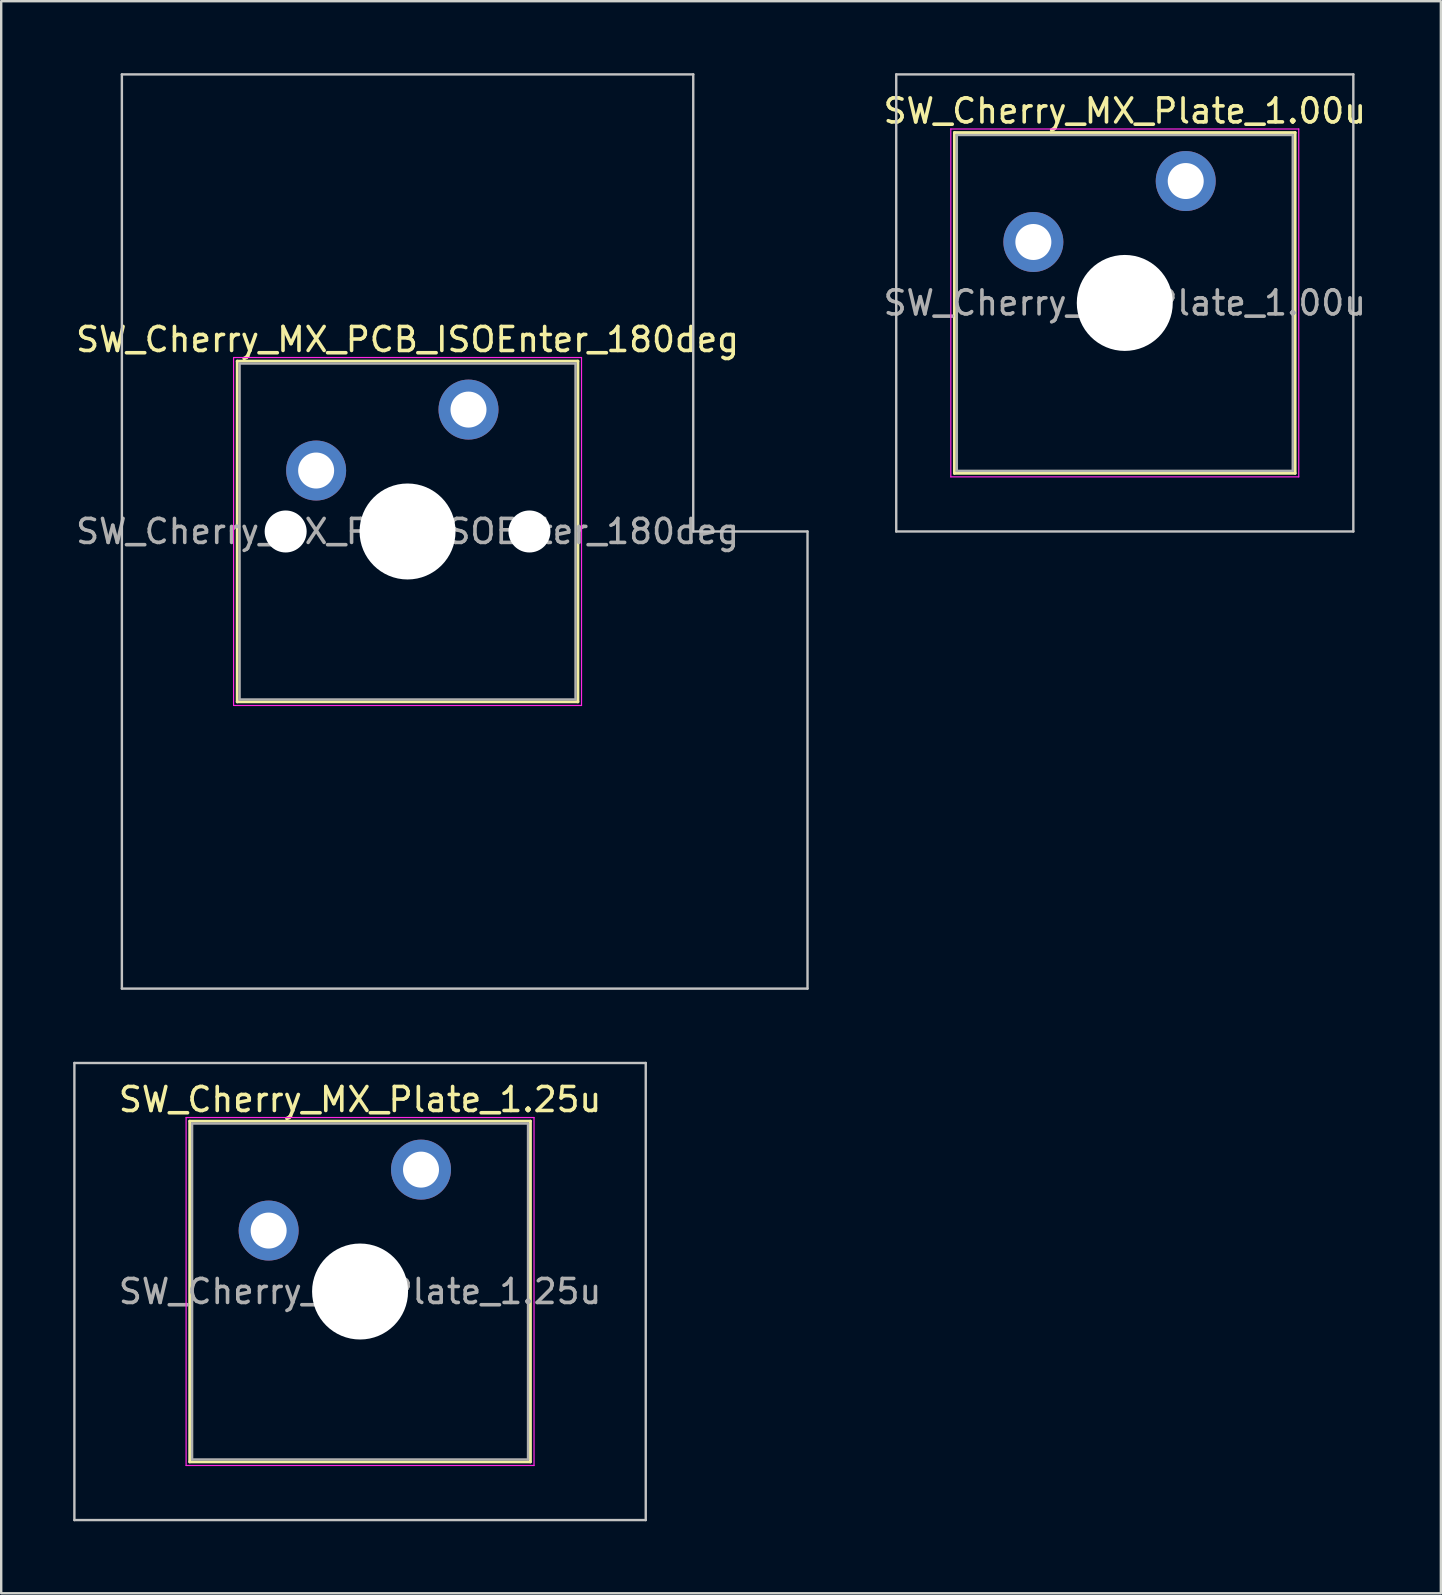
<source format=kicad_pcb>
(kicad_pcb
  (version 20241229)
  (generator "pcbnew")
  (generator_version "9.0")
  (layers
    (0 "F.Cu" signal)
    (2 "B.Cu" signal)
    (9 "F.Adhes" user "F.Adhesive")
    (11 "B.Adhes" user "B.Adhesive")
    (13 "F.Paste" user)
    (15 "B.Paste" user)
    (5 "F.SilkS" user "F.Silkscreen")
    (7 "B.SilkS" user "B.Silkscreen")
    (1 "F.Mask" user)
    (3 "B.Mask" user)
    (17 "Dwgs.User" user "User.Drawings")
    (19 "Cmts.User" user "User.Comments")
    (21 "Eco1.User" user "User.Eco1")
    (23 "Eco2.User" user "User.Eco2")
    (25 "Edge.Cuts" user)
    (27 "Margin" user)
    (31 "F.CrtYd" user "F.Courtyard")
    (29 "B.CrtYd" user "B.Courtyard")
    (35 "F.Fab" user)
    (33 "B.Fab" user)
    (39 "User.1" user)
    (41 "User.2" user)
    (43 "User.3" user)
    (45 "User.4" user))
  (footprint "SW_Cherry_MX_Plate_1.00u"
    (layer "F.Cu")
    (at 43.826 9.575)
    (property "Reference" "SW_Cherry_MX_Plate_1.00u" (at 0 -8 0) (layer "F.SilkS") (effects (font (size 1 1) (thickness 0.15))))
    (attr through_hole)
    (fp_line (start -7.1 -7.1) (end -7.1 7.1) (stroke (width 0.12) (type solid)) (layer "F.SilkS"))
    (fp_line (start -7.1 7.1) (end 7.1 7.1) (stroke (width 0.12) (type solid)) (layer "F.SilkS"))
    (fp_line (start 7.1 -7.1) (end -7.1 -7.1) (stroke (width 0.12) (type solid)) (layer "F.SilkS"))
    (fp_line (start 7.1 7.1) (end 7.1 -7.1) (stroke (width 0.12) (type solid)) (layer "F.SilkS"))
    (fp_line (start -9.525 -9.525) (end -9.525 9.525) (stroke (width 0.1) (type solid)) (layer "Dwgs.User"))
    (fp_line (start -9.525 9.525) (end 9.525 9.525) (stroke (width 0.1) (type solid)) (layer "Dwgs.User"))
    (fp_line (start 9.525 -9.525) (end -9.525 -9.525) (stroke (width 0.1) (type solid)) (layer "Dwgs.User"))
    (fp_line (start 9.525 9.525) (end 9.525 -9.525) (stroke (width 0.1) (type solid)) (layer "Dwgs.User"))
    (fp_line (start -7 -7) (end -7 7) (stroke (width 0.1) (type solid)) (layer "Eco1.User"))
    (fp_line (start -7 7) (end 7 7) (stroke (width 0.1) (type solid)) (layer "Eco1.User"))
    (fp_line (start 7 -7) (end -7 -7) (stroke (width 0.1) (type solid)) (layer "Eco1.User"))
    (fp_line (start 7 7) (end 7 -7) (stroke (width 0.1) (type solid)) (layer "Eco1.User"))
    (fp_line (start -7.25 -7.25) (end -7.25 7.25) (stroke (width 0.05) (type solid)) (layer "F.CrtYd"))
    (fp_line (start -7.25 7.25) (end 7.25 7.25) (stroke (width 0.05) (type solid)) (layer "F.CrtYd"))
    (fp_line (start 7.25 -7.25) (end -7.25 -7.25) (stroke (width 0.05) (type solid)) (layer "F.CrtYd"))
    (fp_line (start 7.25 7.25) (end 7.25 -7.25) (stroke (width 0.05) (type solid)) (layer "F.CrtYd"))
    (fp_line (start -7 -7) (end -7 7) (stroke (width 0.1) (type solid)) (layer "F.Fab"))
    (fp_line (start -7 7) (end 7 7) (stroke (width 0.1) (type solid)) (layer "F.Fab"))
    (fp_line (start 7 -7) (end -7 -7) (stroke (width 0.1) (type solid)) (layer "F.Fab"))
    (fp_line (start 7 7) (end 7 -7) (stroke (width 0.1) (type solid)) (layer "F.Fab"))
    (fp_text user "${REFERENCE}" (at 0 0 0) (layer "F.Fab") (effects (font (size 1 1) (thickness 0.15))))
    (pad "" smd circle (at -3.81 -2.54) (size 1.55 1.55) (layers "F.Mask"))
    (pad "" np_thru_hole circle (at 0 0) (size 4 4) (drill 4) (layers "*.Cu" "*.Mask"))
    (pad "" smd circle (at 2.54 -5.08) (size 1.55 1.55) (layers "F.Mask"))
    (pad "1" thru_hole circle (at -3.81 -2.54) (size 2.5 2.5) (drill 1.5) (layers "*.Cu" "B.Mask"))
    (pad "2" thru_hole circle (at 2.54 -5.08) (size 2.5 2.5) (drill 1.5) (layers "*.Cu" "B.Mask")))
  (footprint "SW_Cherry_MX_Plate_1.25u"
    (layer "F.Cu")
    (at 11.956 50.775)
    (property "Reference" "SW_Cherry_MX_Plate_1.25u" (at 0 -8 0) (layer "F.SilkS") (effects (font (size 1 1) (thickness 0.15))))
    (attr through_hole)
    (fp_line (start -7.1 -7.1) (end -7.1 7.1) (stroke (width 0.12) (type solid)) (layer "F.SilkS"))
    (fp_line (start -7.1 7.1) (end 7.1 7.1) (stroke (width 0.12) (type solid)) (layer "F.SilkS"))
    (fp_line (start 7.1 -7.1) (end -7.1 -7.1) (stroke (width 0.12) (type solid)) (layer "F.SilkS"))
    (fp_line (start 7.1 7.1) (end 7.1 -7.1) (stroke (width 0.12) (type solid)) (layer "F.SilkS"))
    (fp_line (start -11.906 -9.525) (end -11.906 9.525) (stroke (width 0.1) (type solid)) (layer "Dwgs.User"))
    (fp_line (start -11.906 9.525) (end 11.906 9.525) (stroke (width 0.1) (type solid)) (layer "Dwgs.User"))
    (fp_line (start 11.906 -9.525) (end -11.906 -9.525) (stroke (width 0.1) (type solid)) (layer "Dwgs.User"))
    (fp_line (start 11.906 9.525) (end 11.906 -9.525) (stroke (width 0.1) (type solid)) (layer "Dwgs.User"))
    (fp_line (start -7 -7) (end -7 7) (stroke (width 0.1) (type solid)) (layer "Eco1.User"))
    (fp_line (start -7 7) (end 7 7) (stroke (width 0.1) (type solid)) (layer "Eco1.User"))
    (fp_line (start 7 -7) (end -7 -7) (stroke (width 0.1) (type solid)) (layer "Eco1.User"))
    (fp_line (start 7 7) (end 7 -7) (stroke (width 0.1) (type solid)) (layer "Eco1.User"))
    (fp_line (start -7.25 -7.25) (end -7.25 7.25) (stroke (width 0.05) (type solid)) (layer "F.CrtYd"))
    (fp_line (start -7.25 7.25) (end 7.25 7.25) (stroke (width 0.05) (type solid)) (layer "F.CrtYd"))
    (fp_line (start 7.25 -7.25) (end -7.25 -7.25) (stroke (width 0.05) (type solid)) (layer "F.CrtYd"))
    (fp_line (start 7.25 7.25) (end 7.25 -7.25) (stroke (width 0.05) (type solid)) (layer "F.CrtYd"))
    (fp_line (start -7 -7) (end -7 7) (stroke (width 0.1) (type solid)) (layer "F.Fab"))
    (fp_line (start -7 7) (end 7 7) (stroke (width 0.1) (type solid)) (layer "F.Fab"))
    (fp_line (start 7 -7) (end -7 -7) (stroke (width 0.1) (type solid)) (layer "F.Fab"))
    (fp_line (start 7 7) (end 7 -7) (stroke (width 0.1) (type solid)) (layer "F.Fab"))
    (fp_text user "${REFERENCE}" (at 0 0 0) (layer "F.Fab") (effects (font (size 1 1) (thickness 0.15))))
    (pad "" smd circle (at -3.81 -2.54) (size 1.55 1.55) (layers "F.Mask"))
    (pad "" np_thru_hole circle (at 0 0) (size 4 4) (drill 4) (layers "*.Cu" "*.Mask"))
    (pad "" smd circle (at 2.54 -5.08) (size 1.55 1.55) (layers "F.Mask"))
    (pad "1" thru_hole circle (at -3.81 -2.54) (size 2.5 2.5) (drill 1.5) (layers "*.Cu" "B.Mask"))
    (pad "2" thru_hole circle (at 2.54 -5.08) (size 2.5 2.5) (drill 1.5) (layers "*.Cu" "B.Mask")))
  (footprint "SW_Cherry_MX_PCB_ISOEnter_180deg"
    (layer "F.Cu")
    (at 13.935 19.1)
    (property "Reference" "SW_Cherry_MX_PCB_ISOEnter_180deg" (at 0 -8 0) (layer "F.SilkS") (effects (font (size 1 1) (thickness 0.15))))
    (attr through_hole)
    (fp_line (start -7.1 -7.1) (end -7.1 7.1) (stroke (width 0.12) (type solid)) (layer "F.SilkS"))
    (fp_line (start -7.1 7.1) (end 7.1 7.1) (stroke (width 0.12) (type solid)) (layer "F.SilkS"))
    (fp_line (start 7.1 -7.1) (end -7.1 -7.1) (stroke (width 0.12) (type solid)) (layer "F.SilkS"))
    (fp_line (start 7.1 7.1) (end 7.1 -7.1) (stroke (width 0.12) (type solid)) (layer "F.SilkS"))
    (fp_line (start -11.906 -19.05) (end -11.906 19.05) (stroke (width 0.1) (type solid)) (layer "Dwgs.User"))
    (fp_line (start -11.906 19.05) (end 16.669 19.05) (stroke (width 0.1) (type solid)) (layer "Dwgs.User"))
    (fp_line (start 11.906 -19.05) (end -11.906 -19.05) (stroke (width 0.1) (type solid)) (layer "Dwgs.User"))
    (fp_line (start 11.906 0) (end 11.906 -19.05) (stroke (width 0.1) (type solid)) (layer "Dwgs.User"))
    (fp_line (start 16.669 0) (end 11.906 0) (stroke (width 0.1) (type solid)) (layer "Dwgs.User"))
    (fp_line (start 16.669 19.05) (end 16.669 0) (stroke (width 0.1) (type solid)) (layer "Dwgs.User"))
    (fp_line (start -7 -7) (end -7 7) (stroke (width 0.1) (type solid)) (layer "Eco1.User"))
    (fp_line (start -7 7) (end 7 7) (stroke (width 0.1) (type solid)) (layer "Eco1.User"))
    (fp_line (start 7 -7) (end -7 -7) (stroke (width 0.1) (type solid)) (layer "Eco1.User"))
    (fp_line (start 7 7) (end 7 -7) (stroke (width 0.1) (type solid)) (layer "Eco1.User"))
    (fp_line (start -7.25 -7.25) (end -7.25 7.25) (stroke (width 0.05) (type solid)) (layer "F.CrtYd"))
    (fp_line (start -7.25 7.25) (end 7.25 7.25) (stroke (width 0.05) (type solid)) (layer "F.CrtYd"))
    (fp_line (start 7.25 -7.25) (end -7.25 -7.25) (stroke (width 0.05) (type solid)) (layer "F.CrtYd"))
    (fp_line (start 7.25 7.25) (end 7.25 -7.25) (stroke (width 0.05) (type solid)) (layer "F.CrtYd"))
    (fp_line (start -7 -7) (end -7 7) (stroke (width 0.1) (type solid)) (layer "F.Fab"))
    (fp_line (start -7 7) (end 7 7) (stroke (width 0.1) (type solid)) (layer "F.Fab"))
    (fp_line (start 7 -7) (end -7 -7) (stroke (width 0.1) (type solid)) (layer "F.Fab"))
    (fp_line (start 7 7) (end 7 -7) (stroke (width 0.1) (type solid)) (layer "F.Fab"))
    (fp_text user "${REFERENCE}" (at 0 0 0) (layer "F.Fab") (effects (font (size 1 1) (thickness 0.15))))
    (pad "" np_thru_hole circle (at -5.08 0) (size 1.75 1.75) (drill 1.75) (layers "*.Cu" "*.Mask"))
    (pad "" smd circle (at -3.81 -2.54) (size 1.55 1.55) (layers "F.Mask"))
    (pad "" np_thru_hole circle (at 0 0) (size 4 4) (drill 4) (layers "*.Cu" "*.Mask"))
    (pad "" smd circle (at 2.54 -5.08) (size 1.55 1.55) (layers "F.Mask"))
    (pad "" np_thru_hole circle (at 5.08 0) (size 1.75 1.75) (drill 1.75) (layers "*.Cu" "*.Mask"))
    (pad "1" thru_hole circle (at -3.81 -2.54) (size 2.5 2.5) (drill 1.5) (layers "*.Cu" "B.Mask"))
    (pad "2" thru_hole circle (at 2.54 -5.08) (size 2.5 2.5) (drill 1.5) (layers "*.Cu" "B.Mask")))
  (gr_rect
    (start -3 -3)
    (end 56.999 63.35)
    (stroke (width 0.1) (type default))
    (fill no)
    (layer "Edge.Cuts")))
</source>
